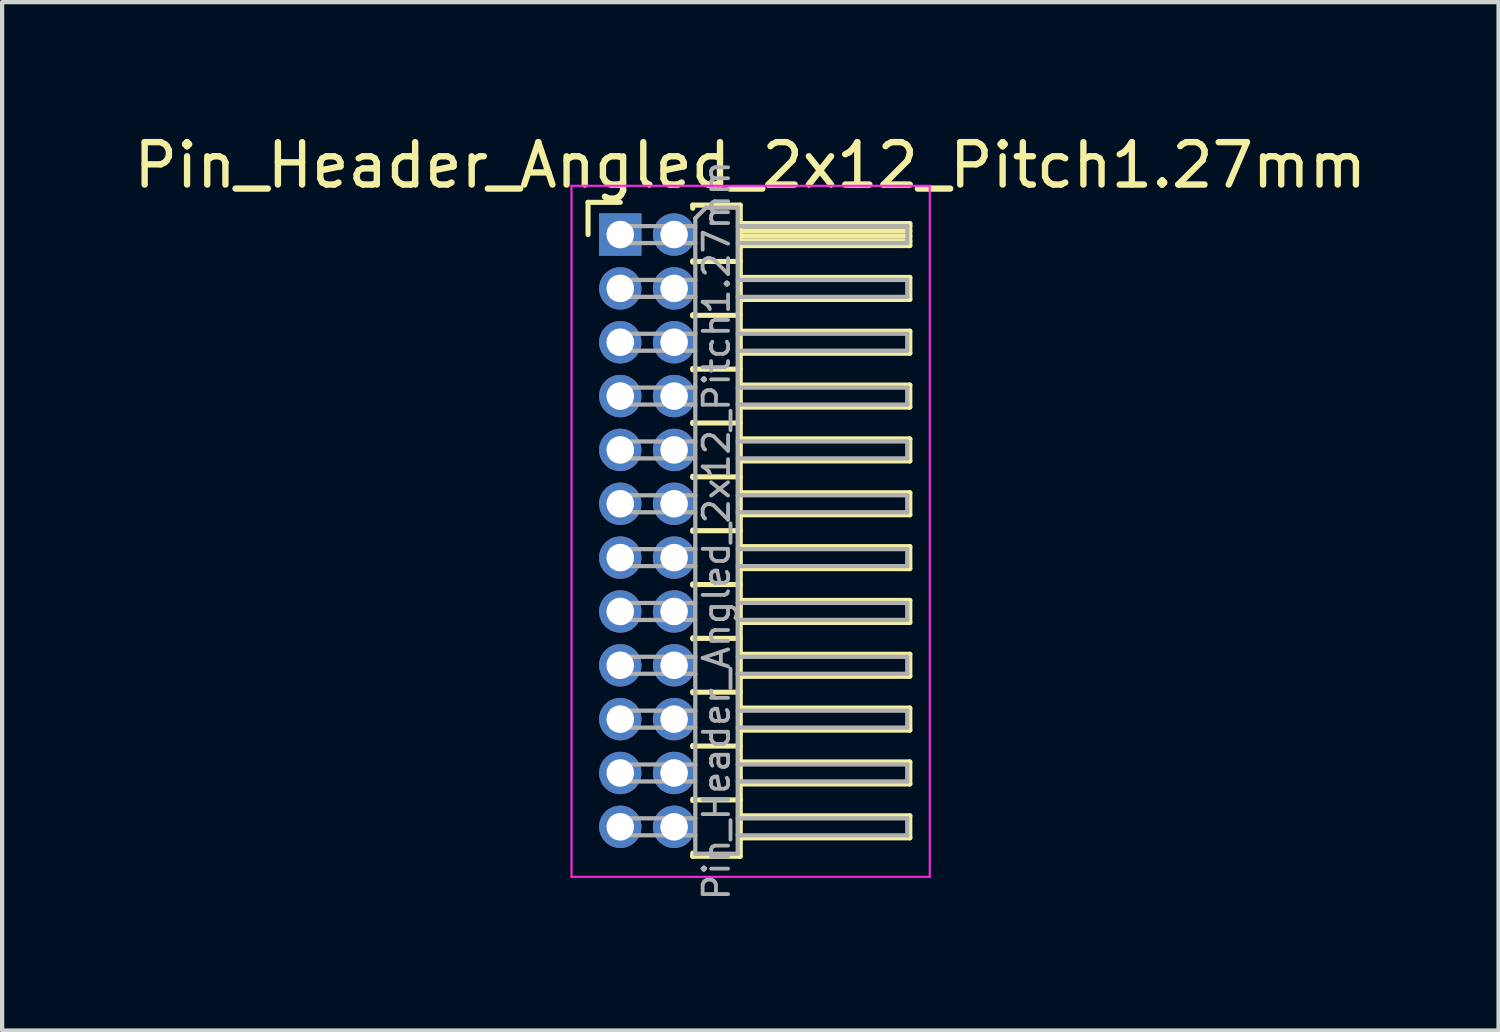
<source format=kicad_pcb>
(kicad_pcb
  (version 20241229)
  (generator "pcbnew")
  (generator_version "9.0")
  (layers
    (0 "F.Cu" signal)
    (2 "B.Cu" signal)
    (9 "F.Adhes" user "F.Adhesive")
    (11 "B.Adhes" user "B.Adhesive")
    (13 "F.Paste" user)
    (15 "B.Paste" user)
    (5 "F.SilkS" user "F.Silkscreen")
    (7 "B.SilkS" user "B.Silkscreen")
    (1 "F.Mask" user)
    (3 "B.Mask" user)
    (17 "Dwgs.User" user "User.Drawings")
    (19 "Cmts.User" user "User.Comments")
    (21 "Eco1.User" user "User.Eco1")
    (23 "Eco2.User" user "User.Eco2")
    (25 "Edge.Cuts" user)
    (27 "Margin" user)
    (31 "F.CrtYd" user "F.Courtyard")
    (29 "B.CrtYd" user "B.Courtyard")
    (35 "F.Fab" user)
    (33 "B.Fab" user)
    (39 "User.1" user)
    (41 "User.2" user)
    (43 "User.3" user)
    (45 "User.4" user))
  (footprint "Pin_Header_Angled_2x12_Pitch1.27mm"
    (layer "F.Cu")
    (at 11.581 2.483)
    (property "Reference" "Pin_Header_Angled_2x12_Pitch1.27mm" (at 3.067 -1.635 0) (layer "F.SilkS") (effects (font (size 1 1) (thickness 0.15))))
    (attr through_hole)
    (fp_line (start -0.76 -0.76) (end 0 -0.76) (stroke (width 0.12) (type solid)) (layer "F.SilkS"))
    (fp_line (start -0.76 0) (end -0.76 -0.76) (stroke (width 0.12) (type solid)) (layer "F.SilkS"))
    (fp_line (start 1.71 -0.695) (end 2.83 -0.695) (stroke (width 0.12) (type solid)) (layer "F.SilkS"))
    (fp_line (start 1.71 -0.62) (end 1.71 -0.695) (stroke (width 0.12) (type solid)) (layer "F.SilkS"))
    (fp_line (start 1.71 0.62) (end 1.71 0.65) (stroke (width 0.12) (type solid)) (layer "F.SilkS"))
    (fp_line (start 1.71 0.635) (end 2.83 0.635) (stroke (width 0.12) (type solid)) (layer "F.SilkS"))
    (fp_line (start 1.71 1.89) (end 1.71 1.92) (stroke (width 0.12) (type solid)) (layer "F.SilkS"))
    (fp_line (start 1.71 1.905) (end 2.83 1.905) (stroke (width 0.12) (type solid)) (layer "F.SilkS"))
    (fp_line (start 1.71 3.16) (end 1.71 3.19) (stroke (width 0.12) (type solid)) (layer "F.SilkS"))
    (fp_line (start 1.71 3.175) (end 2.83 3.175) (stroke (width 0.12) (type solid)) (layer "F.SilkS"))
    (fp_line (start 1.71 4.43) (end 1.71 4.46) (stroke (width 0.12) (type solid)) (layer "F.SilkS"))
    (fp_line (start 1.71 4.445) (end 2.83 4.445) (stroke (width 0.12) (type solid)) (layer "F.SilkS"))
    (fp_line (start 1.71 5.7) (end 1.71 5.73) (stroke (width 0.12) (type solid)) (layer "F.SilkS"))
    (fp_line (start 1.71 5.715) (end 2.83 5.715) (stroke (width 0.12) (type solid)) (layer "F.SilkS"))
    (fp_line (start 1.71 6.97) (end 1.71 7) (stroke (width 0.12) (type solid)) (layer "F.SilkS"))
    (fp_line (start 1.71 6.985) (end 2.83 6.985) (stroke (width 0.12) (type solid)) (layer "F.SilkS"))
    (fp_line (start 1.71 8.24) (end 1.71 8.27) (stroke (width 0.12) (type solid)) (layer "F.SilkS"))
    (fp_line (start 1.71 8.255) (end 2.83 8.255) (stroke (width 0.12) (type solid)) (layer "F.SilkS"))
    (fp_line (start 1.71 9.51) (end 1.71 9.54) (stroke (width 0.12) (type solid)) (layer "F.SilkS"))
    (fp_line (start 1.71 9.525) (end 2.83 9.525) (stroke (width 0.12) (type solid)) (layer "F.SilkS"))
    (fp_line (start 1.71 10.78) (end 1.71 10.81) (stroke (width 0.12) (type solid)) (layer "F.SilkS"))
    (fp_line (start 1.71 10.795) (end 2.83 10.795) (stroke (width 0.12) (type solid)) (layer "F.SilkS"))
    (fp_line (start 1.71 12.05) (end 1.71 12.08) (stroke (width 0.12) (type solid)) (layer "F.SilkS"))
    (fp_line (start 1.71 12.065) (end 2.83 12.065) (stroke (width 0.12) (type solid)) (layer "F.SilkS"))
    (fp_line (start 1.71 13.32) (end 1.71 13.35) (stroke (width 0.12) (type solid)) (layer "F.SilkS"))
    (fp_line (start 1.71 13.335) (end 2.83 13.335) (stroke (width 0.12) (type solid)) (layer "F.SilkS"))
    (fp_line (start 1.71 14.665) (end 1.71 14.59) (stroke (width 0.12) (type solid)) (layer "F.SilkS"))
    (fp_line (start 2.83 -0.695) (end 2.83 14.665) (stroke (width 0.12) (type solid)) (layer "F.SilkS"))
    (fp_line (start 2.83 -0.26) (end 6.83 -0.26) (stroke (width 0.12) (type solid)) (layer "F.SilkS"))
    (fp_line (start 2.83 -0.2) (end 6.83 -0.2) (stroke (width 0.12) (type solid)) (layer "F.SilkS"))
    (fp_line (start 2.83 -0.08) (end 6.83 -0.08) (stroke (width 0.12) (type solid)) (layer "F.SilkS"))
    (fp_line (start 2.83 0.04) (end 6.83 0.04) (stroke (width 0.12) (type solid)) (layer "F.SilkS"))
    (fp_line (start 2.83 0.16) (end 6.83 0.16) (stroke (width 0.12) (type solid)) (layer "F.SilkS"))
    (fp_line (start 2.83 1.01) (end 6.83 1.01) (stroke (width 0.12) (type solid)) (layer "F.SilkS"))
    (fp_line (start 2.83 2.28) (end 6.83 2.28) (stroke (width 0.12) (type solid)) (layer "F.SilkS"))
    (fp_line (start 2.83 3.55) (end 6.83 3.55) (stroke (width 0.12) (type solid)) (layer "F.SilkS"))
    (fp_line (start 2.83 4.82) (end 6.83 4.82) (stroke (width 0.12) (type solid)) (layer "F.SilkS"))
    (fp_line (start 2.83 6.09) (end 6.83 6.09) (stroke (width 0.12) (type solid)) (layer "F.SilkS"))
    (fp_line (start 2.83 7.36) (end 6.83 7.36) (stroke (width 0.12) (type solid)) (layer "F.SilkS"))
    (fp_line (start 2.83 8.63) (end 6.83 8.63) (stroke (width 0.12) (type solid)) (layer "F.SilkS"))
    (fp_line (start 2.83 9.9) (end 6.83 9.9) (stroke (width 0.12) (type solid)) (layer "F.SilkS"))
    (fp_line (start 2.83 11.17) (end 6.83 11.17) (stroke (width 0.12) (type solid)) (layer "F.SilkS"))
    (fp_line (start 2.83 12.44) (end 6.83 12.44) (stroke (width 0.12) (type solid)) (layer "F.SilkS"))
    (fp_line (start 2.83 13.71) (end 6.83 13.71) (stroke (width 0.12) (type solid)) (layer "F.SilkS"))
    (fp_line (start 2.83 14.665) (end 1.71 14.665) (stroke (width 0.12) (type solid)) (layer "F.SilkS"))
    (fp_line (start 6.83 -0.26) (end 6.83 0.26) (stroke (width 0.12) (type solid)) (layer "F.SilkS"))
    (fp_line (start 6.83 0.26) (end 2.83 0.26) (stroke (width 0.12) (type solid)) (layer "F.SilkS"))
    (fp_line (start 6.83 1.01) (end 6.83 1.53) (stroke (width 0.12) (type solid)) (layer "F.SilkS"))
    (fp_line (start 6.83 1.53) (end 2.83 1.53) (stroke (width 0.12) (type solid)) (layer "F.SilkS"))
    (fp_line (start 6.83 2.28) (end 6.83 2.8) (stroke (width 0.12) (type solid)) (layer "F.SilkS"))
    (fp_line (start 6.83 2.8) (end 2.83 2.8) (stroke (width 0.12) (type solid)) (layer "F.SilkS"))
    (fp_line (start 6.83 3.55) (end 6.83 4.07) (stroke (width 0.12) (type solid)) (layer "F.SilkS"))
    (fp_line (start 6.83 4.07) (end 2.83 4.07) (stroke (width 0.12) (type solid)) (layer "F.SilkS"))
    (fp_line (start 6.83 4.82) (end 6.83 5.34) (stroke (width 0.12) (type solid)) (layer "F.SilkS"))
    (fp_line (start 6.83 5.34) (end 2.83 5.34) (stroke (width 0.12) (type solid)) (layer "F.SilkS"))
    (fp_line (start 6.83 6.09) (end 6.83 6.61) (stroke (width 0.12) (type solid)) (layer "F.SilkS"))
    (fp_line (start 6.83 6.61) (end 2.83 6.61) (stroke (width 0.12) (type solid)) (layer "F.SilkS"))
    (fp_line (start 6.83 7.36) (end 6.83 7.88) (stroke (width 0.12) (type solid)) (layer "F.SilkS"))
    (fp_line (start 6.83 7.88) (end 2.83 7.88) (stroke (width 0.12) (type solid)) (layer "F.SilkS"))
    (fp_line (start 6.83 8.63) (end 6.83 9.15) (stroke (width 0.12) (type solid)) (layer "F.SilkS"))
    (fp_line (start 6.83 9.15) (end 2.83 9.15) (stroke (width 0.12) (type solid)) (layer "F.SilkS"))
    (fp_line (start 6.83 9.9) (end 6.83 10.42) (stroke (width 0.12) (type solid)) (layer "F.SilkS"))
    (fp_line (start 6.83 10.42) (end 2.83 10.42) (stroke (width 0.12) (type solid)) (layer "F.SilkS"))
    (fp_line (start 6.83 11.17) (end 6.83 11.69) (stroke (width 0.12) (type solid)) (layer "F.SilkS"))
    (fp_line (start 6.83 11.69) (end 2.83 11.69) (stroke (width 0.12) (type solid)) (layer "F.SilkS"))
    (fp_line (start 6.83 12.44) (end 6.83 12.96) (stroke (width 0.12) (type solid)) (layer "F.SilkS"))
    (fp_line (start 6.83 12.96) (end 2.83 12.96) (stroke (width 0.12) (type solid)) (layer "F.SilkS"))
    (fp_line (start 6.83 13.71) (end 6.83 14.23) (stroke (width 0.12) (type solid)) (layer "F.SilkS"))
    (fp_line (start 6.83 14.23) (end 2.83 14.23) (stroke (width 0.12) (type solid)) (layer "F.SilkS"))
    (fp_line (start -1.15 -1.15) (end -1.15 15.15) (stroke (width 0.05) (type solid)) (layer "F.CrtYd"))
    (fp_line (start -1.15 15.15) (end 7.3 15.15) (stroke (width 0.05) (type solid)) (layer "F.CrtYd"))
    (fp_line (start 7.3 -1.15) (end -1.15 -1.15) (stroke (width 0.05) (type solid)) (layer "F.CrtYd"))
    (fp_line (start 7.3 15.15) (end 7.3 -1.15) (stroke (width 0.05) (type solid)) (layer "F.CrtYd"))
    (fp_line (start -0.2 -0.2) (end -0.2 0.2) (stroke (width 0.1) (type solid)) (layer "F.Fab"))
    (fp_line (start -0.2 -0.2) (end 1.77 -0.2) (stroke (width 0.1) (type solid)) (layer "F.Fab"))
    (fp_line (start -0.2 0.2) (end 1.77 0.2) (stroke (width 0.1) (type solid)) (layer "F.Fab"))
    (fp_line (start -0.2 1.07) (end -0.2 1.47) (stroke (width 0.1) (type solid)) (layer "F.Fab"))
    (fp_line (start -0.2 1.07) (end 1.77 1.07) (stroke (width 0.1) (type solid)) (layer "F.Fab"))
    (fp_line (start -0.2 1.47) (end 1.77 1.47) (stroke (width 0.1) (type solid)) (layer "F.Fab"))
    (fp_line (start -0.2 2.34) (end -0.2 2.74) (stroke (width 0.1) (type solid)) (layer "F.Fab"))
    (fp_line (start -0.2 2.34) (end 1.77 2.34) (stroke (width 0.1) (type solid)) (layer "F.Fab"))
    (fp_line (start -0.2 2.74) (end 1.77 2.74) (stroke (width 0.1) (type solid)) (layer "F.Fab"))
    (fp_line (start -0.2 3.61) (end -0.2 4.01) (stroke (width 0.1) (type solid)) (layer "F.Fab"))
    (fp_line (start -0.2 3.61) (end 1.77 3.61) (stroke (width 0.1) (type solid)) (layer "F.Fab"))
    (fp_line (start -0.2 4.01) (end 1.77 4.01) (stroke (width 0.1) (type solid)) (layer "F.Fab"))
    (fp_line (start -0.2 4.88) (end -0.2 5.28) (stroke (width 0.1) (type solid)) (layer "F.Fab"))
    (fp_line (start -0.2 4.88) (end 1.77 4.88) (stroke (width 0.1) (type solid)) (layer "F.Fab"))
    (fp_line (start -0.2 5.28) (end 1.77 5.28) (stroke (width 0.1) (type solid)) (layer "F.Fab"))
    (fp_line (start -0.2 6.15) (end -0.2 6.55) (stroke (width 0.1) (type solid)) (layer "F.Fab"))
    (fp_line (start -0.2 6.15) (end 1.77 6.15) (stroke (width 0.1) (type solid)) (layer "F.Fab"))
    (fp_line (start -0.2 6.55) (end 1.77 6.55) (stroke (width 0.1) (type solid)) (layer "F.Fab"))
    (fp_line (start -0.2 7.42) (end -0.2 7.82) (stroke (width 0.1) (type solid)) (layer "F.Fab"))
    (fp_line (start -0.2 7.42) (end 1.77 7.42) (stroke (width 0.1) (type solid)) (layer "F.Fab"))
    (fp_line (start -0.2 7.82) (end 1.77 7.82) (stroke (width 0.1) (type solid)) (layer "F.Fab"))
    (fp_line (start -0.2 8.69) (end -0.2 9.09) (stroke (width 0.1) (type solid)) (layer "F.Fab"))
    (fp_line (start -0.2 8.69) (end 1.77 8.69) (stroke (width 0.1) (type solid)) (layer "F.Fab"))
    (fp_line (start -0.2 9.09) (end 1.77 9.09) (stroke (width 0.1) (type solid)) (layer "F.Fab"))
    (fp_line (start -0.2 9.96) (end -0.2 10.36) (stroke (width 0.1) (type solid)) (layer "F.Fab"))
    (fp_line (start -0.2 9.96) (end 1.77 9.96) (stroke (width 0.1) (type solid)) (layer "F.Fab"))
    (fp_line (start -0.2 10.36) (end 1.77 10.36) (stroke (width 0.1) (type solid)) (layer "F.Fab"))
    (fp_line (start -0.2 11.23) (end -0.2 11.63) (stroke (width 0.1) (type solid)) (layer "F.Fab"))
    (fp_line (start -0.2 11.23) (end 1.77 11.23) (stroke (width 0.1) (type solid)) (layer "F.Fab"))
    (fp_line (start -0.2 11.63) (end 1.77 11.63) (stroke (width 0.1) (type solid)) (layer "F.Fab"))
    (fp_line (start -0.2 12.5) (end -0.2 12.9) (stroke (width 0.1) (type solid)) (layer "F.Fab"))
    (fp_line (start -0.2 12.5) (end 1.77 12.5) (stroke (width 0.1) (type solid)) (layer "F.Fab"))
    (fp_line (start -0.2 12.9) (end 1.77 12.9) (stroke (width 0.1) (type solid)) (layer "F.Fab"))
    (fp_line (start -0.2 13.77) (end -0.2 14.17) (stroke (width 0.1) (type solid)) (layer "F.Fab"))
    (fp_line (start -0.2 13.77) (end 1.77 13.77) (stroke (width 0.1) (type solid)) (layer "F.Fab"))
    (fp_line (start -0.2 14.17) (end 1.77 14.17) (stroke (width 0.1) (type solid)) (layer "F.Fab"))
    (fp_line (start 1.77 -0.385) (end 2.02 -0.635) (stroke (width 0.1) (type solid)) (layer "F.Fab"))
    (fp_line (start 1.77 14.605) (end 1.77 -0.385) (stroke (width 0.1) (type solid)) (layer "F.Fab"))
    (fp_line (start 2.02 -0.635) (end 2.77 -0.635) (stroke (width 0.1) (type solid)) (layer "F.Fab"))
    (fp_line (start 2.77 -0.635) (end 2.77 14.605) (stroke (width 0.1) (type solid)) (layer "F.Fab"))
    (fp_line (start 2.77 -0.2) (end 6.77 -0.2) (stroke (width 0.1) (type solid)) (layer "F.Fab"))
    (fp_line (start 2.77 0.2) (end 6.77 0.2) (stroke (width 0.1) (type solid)) (layer "F.Fab"))
    (fp_line (start 2.77 1.07) (end 6.77 1.07) (stroke (width 0.1) (type solid)) (layer "F.Fab"))
    (fp_line (start 2.77 1.47) (end 6.77 1.47) (stroke (width 0.1) (type solid)) (layer "F.Fab"))
    (fp_line (start 2.77 2.34) (end 6.77 2.34) (stroke (width 0.1) (type solid)) (layer "F.Fab"))
    (fp_line (start 2.77 2.74) (end 6.77 2.74) (stroke (width 0.1) (type solid)) (layer "F.Fab"))
    (fp_line (start 2.77 3.61) (end 6.77 3.61) (stroke (width 0.1) (type solid)) (layer "F.Fab"))
    (fp_line (start 2.77 4.01) (end 6.77 4.01) (stroke (width 0.1) (type solid)) (layer "F.Fab"))
    (fp_line (start 2.77 4.88) (end 6.77 4.88) (stroke (width 0.1) (type solid)) (layer "F.Fab"))
    (fp_line (start 2.77 5.28) (end 6.77 5.28) (stroke (width 0.1) (type solid)) (layer "F.Fab"))
    (fp_line (start 2.77 6.15) (end 6.77 6.15) (stroke (width 0.1) (type solid)) (layer "F.Fab"))
    (fp_line (start 2.77 6.55) (end 6.77 6.55) (stroke (width 0.1) (type solid)) (layer "F.Fab"))
    (fp_line (start 2.77 7.42) (end 6.77 7.42) (stroke (width 0.1) (type solid)) (layer "F.Fab"))
    (fp_line (start 2.77 7.82) (end 6.77 7.82) (stroke (width 0.1) (type solid)) (layer "F.Fab"))
    (fp_line (start 2.77 8.69) (end 6.77 8.69) (stroke (width 0.1) (type solid)) (layer "F.Fab"))
    (fp_line (start 2.77 9.09) (end 6.77 9.09) (stroke (width 0.1) (type solid)) (layer "F.Fab"))
    (fp_line (start 2.77 9.96) (end 6.77 9.96) (stroke (width 0.1) (type solid)) (layer "F.Fab"))
    (fp_line (start 2.77 10.36) (end 6.77 10.36) (stroke (width 0.1) (type solid)) (layer "F.Fab"))
    (fp_line (start 2.77 11.23) (end 6.77 11.23) (stroke (width 0.1) (type solid)) (layer "F.Fab"))
    (fp_line (start 2.77 11.63) (end 6.77 11.63) (stroke (width 0.1) (type solid)) (layer "F.Fab"))
    (fp_line (start 2.77 12.5) (end 6.77 12.5) (stroke (width 0.1) (type solid)) (layer "F.Fab"))
    (fp_line (start 2.77 12.9) (end 6.77 12.9) (stroke (width 0.1) (type solid)) (layer "F.Fab"))
    (fp_line (start 2.77 13.77) (end 6.77 13.77) (stroke (width 0.1) (type solid)) (layer "F.Fab"))
    (fp_line (start 2.77 14.17) (end 6.77 14.17) (stroke (width 0.1) (type solid)) (layer "F.Fab"))
    (fp_line (start 2.77 14.605) (end 1.77 14.605) (stroke (width 0.1) (type solid)) (layer "F.Fab"))
    (fp_line (start 6.77 -0.2) (end 6.77 0.2) (stroke (width 0.1) (type solid)) (layer "F.Fab"))
    (fp_line (start 6.77 1.07) (end 6.77 1.47) (stroke (width 0.1) (type solid)) (layer "F.Fab"))
    (fp_line (start 6.77 2.34) (end 6.77 2.74) (stroke (width 0.1) (type solid)) (layer "F.Fab"))
    (fp_line (start 6.77 3.61) (end 6.77 4.01) (stroke (width 0.1) (type solid)) (layer "F.Fab"))
    (fp_line (start 6.77 4.88) (end 6.77 5.28) (stroke (width 0.1) (type solid)) (layer "F.Fab"))
    (fp_line (start 6.77 6.15) (end 6.77 6.55) (stroke (width 0.1) (type solid)) (layer "F.Fab"))
    (fp_line (start 6.77 7.42) (end 6.77 7.82) (stroke (width 0.1) (type solid)) (layer "F.Fab"))
    (fp_line (start 6.77 8.69) (end 6.77 9.09) (stroke (width 0.1) (type solid)) (layer "F.Fab"))
    (fp_line (start 6.77 9.96) (end 6.77 10.36) (stroke (width 0.1) (type solid)) (layer "F.Fab"))
    (fp_line (start 6.77 11.23) (end 6.77 11.63) (stroke (width 0.1) (type solid)) (layer "F.Fab"))
    (fp_line (start 6.77 12.5) (end 6.77 12.9) (stroke (width 0.1) (type solid)) (layer "F.Fab"))
    (fp_line (start 6.77 13.77) (end 6.77 14.17) (stroke (width 0.1) (type solid)) (layer "F.Fab"))
    (fp_text user "${REFERENCE}" (at 2.27 6.985 90) (layer "F.Fab") (effects (font (size 0.6 0.6) (thickness 0.09))))
    (pad "1" thru_hole rect (at 0 0) (size 1 1) (drill 0.65) (layers "*.Cu" "*.Mask"))
    (pad "2" thru_hole oval (at 1.27 0) (size 1 1) (drill 0.65) (layers "*.Cu" "*.Mask"))
    (pad "3" thru_hole oval (at 0 1.27) (size 1 1) (drill 0.65) (layers "*.Cu" "*.Mask"))
    (pad "4" thru_hole oval (at 1.27 1.27) (size 1 1) (drill 0.65) (layers "*.Cu" "*.Mask"))
    (pad "5" thru_hole oval (at 0 2.54) (size 1 1) (drill 0.65) (layers "*.Cu" "*.Mask"))
    (pad "6" thru_hole oval (at 1.27 2.54) (size 1 1) (drill 0.65) (layers "*.Cu" "*.Mask"))
    (pad "7" thru_hole oval (at 0 3.81) (size 1 1) (drill 0.65) (layers "*.Cu" "*.Mask"))
    (pad "8" thru_hole oval (at 1.27 3.81) (size 1 1) (drill 0.65) (layers "*.Cu" "*.Mask"))
    (pad "9" thru_hole oval (at 0 5.08) (size 1 1) (drill 0.65) (layers "*.Cu" "*.Mask"))
    (pad "10" thru_hole oval (at 1.27 5.08) (size 1 1) (drill 0.65) (layers "*.Cu" "*.Mask"))
    (pad "11" thru_hole oval (at 0 6.35) (size 1 1) (drill 0.65) (layers "*.Cu" "*.Mask"))
    (pad "12" thru_hole oval (at 1.27 6.35) (size 1 1) (drill 0.65) (layers "*.Cu" "*.Mask"))
    (pad "13" thru_hole oval (at 0 7.62) (size 1 1) (drill 0.65) (layers "*.Cu" "*.Mask"))
    (pad "14" thru_hole oval (at 1.27 7.62) (size 1 1) (drill 0.65) (layers "*.Cu" "*.Mask"))
    (pad "15" thru_hole oval (at 0 8.89) (size 1 1) (drill 0.65) (layers "*.Cu" "*.Mask"))
    (pad "16" thru_hole oval (at 1.27 8.89) (size 1 1) (drill 0.65) (layers "*.Cu" "*.Mask"))
    (pad "17" thru_hole oval (at 0 10.16) (size 1 1) (drill 0.65) (layers "*.Cu" "*.Mask"))
    (pad "18" thru_hole oval (at 1.27 10.16) (size 1 1) (drill 0.65) (layers "*.Cu" "*.Mask"))
    (pad "19" thru_hole oval (at 0 11.43) (size 1 1) (drill 0.65) (layers "*.Cu" "*.Mask"))
    (pad "20" thru_hole oval (at 1.27 11.43) (size 1 1) (drill 0.65) (layers "*.Cu" "*.Mask"))
    (pad "21" thru_hole oval (at 0 12.7) (size 1 1) (drill 0.65) (layers "*.Cu" "*.Mask"))
    (pad "22" thru_hole oval (at 1.27 12.7) (size 1 1) (drill 0.65) (layers "*.Cu" "*.Mask"))
    (pad "23" thru_hole oval (at 0 13.97) (size 1 1) (drill 0.65) (layers "*.Cu" "*.Mask"))
    (pad "24" thru_hole oval (at 1.27 13.97) (size 1 1) (drill 0.65) (layers "*.Cu" "*.Mask")))
  (gr_rect
    (start -3 -3)
    (end 32.298 21.258)
    (stroke (width 0.1) (type default))
    (fill no)
    (layer "Edge.Cuts")))
</source>
